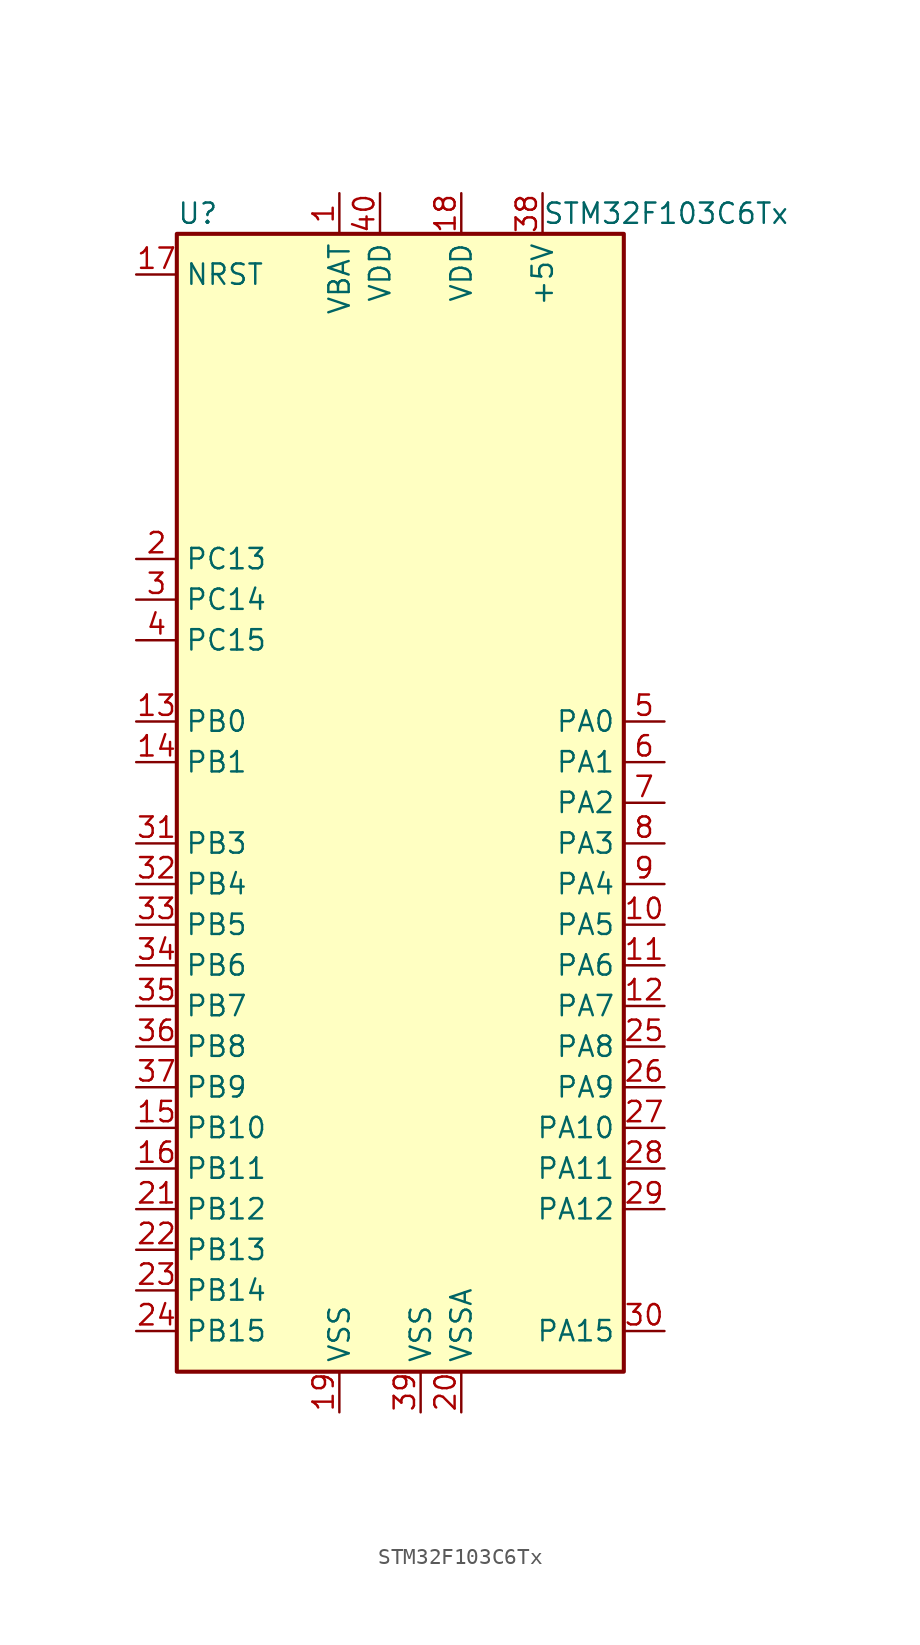
<source format=kicad_sym>
(kicad_symbol_lib
  (version 20211014)
  (generator kicad_symbol_editor)
  (symbol "STM32F103C6Tx"
    (property "Reference" "U"
      (at -15.24 36.83 0)
      (effects (font (size 1.27 1.27)) (justify left)))
    (property "Value" "STM32F103C6Tx"
      (at 7.62 36.83 0)
      (effects (font (size 1.27 1.27)) (justify left)))
    (symbol "STM32F103C6Tx_0_0"
      (pin power_in line (at 7.62 38.1 270) (length 2.54) (name "+5V" (effects (font (size 1.27 1.27)))) (number "38" (effects (font (size 1.27 1.27))))))
    (symbol "STM32F103C6Tx_0_1"
      (rectangle (start -15.24 -35.56) (end 12.7 35.56) (stroke (width 0.254) (type default) (color 0 0 0 0)) (fill (type background))))
    (symbol "STM32F103C6Tx_1_1"
      (pin power_in line (at -5.08 38.1 270) (length 2.54) (name "VBAT" (effects (font (size 1.27 1.27)))) (number "1" (effects (font (size 1.27 1.27)))))
      (pin bidirectional line (at 15.24 -7.62 180) (length 2.54) (name "PA5" (effects (font (size 1.27 1.27)))) (number "10" (effects (font (size 1.27 1.27)))))
      (pin bidirectional line (at 15.24 -10.16 180) (length 2.54) (name "PA6" (effects (font (size 1.27 1.27)))) (number "11" (effects (font (size 1.27 1.27)))))
      (pin bidirectional line (at 15.24 -12.7 180) (length 2.54) (name "PA7" (effects (font (size 1.27 1.27)))) (number "12" (effects (font (size 1.27 1.27)))))
      (pin bidirectional line (at -17.78 5.08 0) (length 2.54) (name "PB0" (effects (font (size 1.27 1.27)))) (number "13" (effects (font (size 1.27 1.27)))))
      (pin bidirectional line (at -17.78 2.54 0) (length 2.54) (name "PB1" (effects (font (size 1.27 1.27)))) (number "14" (effects (font (size 1.27 1.27)))))
      (pin bidirectional line (at -17.78 -20.32 0) (length 2.54) (name "PB10" (effects (font (size 1.27 1.27)))) (number "15" (effects (font (size 1.27 1.27)))))
      (pin bidirectional line (at -17.78 -22.86 0) (length 2.54) (name "PB11" (effects (font (size 1.27 1.27)))) (number "16" (effects (font (size 1.27 1.27)))))
      (pin input line (at -17.78 33.02 0) (length 2.54) (name "NRST" (effects (font (size 1.27 1.27)))) (number "17" (effects (font (size 1.27 1.27)))))
      (pin power_in line (at 2.54 38.1 270) (length 2.54) (name "VDD" (effects (font (size 1.27 1.27)))) (number "18" (effects (font (size 1.27 1.27)))))
      (pin power_in line (at -5.08 -38.1 90) (length 2.54) (name "VSS" (effects (font (size 1.27 1.27)))) (number "19" (effects (font (size 1.27 1.27)))))
      (pin bidirectional line (at -17.78 15.24 0) (length 2.54) (name "PC13" (effects (font (size 1.27 1.27)))) (number "2" (effects (font (size 1.27 1.27)))))
      (pin power_in line (at 2.54 -38.1 90) (length 2.54) (name "VSSA" (effects (font (size 1.27 1.27)))) (number "20" (effects (font (size 1.27 1.27)))))
      (pin bidirectional line (at -17.78 -25.4 0) (length 2.54) (name "PB12" (effects (font (size 1.27 1.27)))) (number "21" (effects (font (size 1.27 1.27)))))
      (pin bidirectional line (at -17.78 -27.94 0) (length 2.54) (name "PB13" (effects (font (size 1.27 1.27)))) (number "22" (effects (font (size 1.27 1.27)))))
      (pin bidirectional line (at -17.78 -30.48 0) (length 2.54) (name "PB14" (effects (font (size 1.27 1.27)))) (number "23" (effects (font (size 1.27 1.27)))))
      (pin bidirectional line (at -17.78 -33.02 0) (length 2.54) (name "PB15" (effects (font (size 1.27 1.27)))) (number "24" (effects (font (size 1.27 1.27)))))
      (pin bidirectional line (at 15.24 -15.24 180) (length 2.54) (name "PA8" (effects (font (size 1.27 1.27)))) (number "25" (effects (font (size 1.27 1.27)))))
      (pin bidirectional line (at 15.24 -17.78 180) (length 2.54) (name "PA9" (effects (font (size 1.27 1.27)))) (number "26" (effects (font (size 1.27 1.27)))))
      (pin bidirectional line (at 15.24 -20.32 180) (length 2.54) (name "PA10" (effects (font (size 1.27 1.27)))) (number "27" (effects (font (size 1.27 1.27)))))
      (pin bidirectional line (at 15.24 -22.86 180) (length 2.54) (name "PA11" (effects (font (size 1.27 1.27)))) (number "28" (effects (font (size 1.27 1.27)))))
      (pin bidirectional line (at 15.24 -25.4 180) (length 2.54) (name "PA12" (effects (font (size 1.27 1.27)))) (number "29" (effects (font (size 1.27 1.27)))))
      (pin bidirectional line (at -17.78 12.7 0) (length 2.54) (name "PC14" (effects (font (size 1.27 1.27)))) (number "3" (effects (font (size 1.27 1.27)))))
      (pin bidirectional line (at 15.24 -33.02 180) (length 2.54) (name "PA15" (effects (font (size 1.27 1.27)))) (number "30" (effects (font (size 1.27 1.27)))))
      (pin bidirectional line (at -17.78 -2.54 0) (length 2.54) (name "PB3" (effects (font (size 1.27 1.27)))) (number "31" (effects (font (size 1.27 1.27)))))
      (pin bidirectional line (at -17.78 -5.08 0) (length 2.54) (name "PB4" (effects (font (size 1.27 1.27)))) (number "32" (effects (font (size 1.27 1.27)))))
      (pin bidirectional line (at -17.78 -7.62 0) (length 2.54) (name "PB5" (effects (font (size 1.27 1.27)))) (number "33" (effects (font (size 1.27 1.27)))))
      (pin bidirectional line (at -17.78 -10.16 0) (length 2.54) (name "PB6" (effects (font (size 1.27 1.27)))) (number "34" (effects (font (size 1.27 1.27)))))
      (pin bidirectional line (at -17.78 -12.7 0) (length 2.54) (name "PB7" (effects (font (size 1.27 1.27)))) (number "35" (effects (font (size 1.27 1.27)))))
      (pin bidirectional line (at -17.78 -15.24 0) (length 2.54) (name "PB8" (effects (font (size 1.27 1.27)))) (number "36" (effects (font (size 1.27 1.27)))))
      (pin bidirectional line (at -17.78 -17.78 0) (length 2.54) (name "PB9" (effects (font (size 1.27 1.27)))) (number "37" (effects (font (size 1.27 1.27)))))
      (pin power_in line (at 0 -38.1 90) (length 2.54) (name "VSS" (effects (font (size 1.27 1.27)))) (number "39" (effects (font (size 1.27 1.27)))))
      (pin bidirectional line (at -17.78 10.16 0) (length 2.54) (name "PC15" (effects (font (size 1.27 1.27)))) (number "4" (effects (font (size 1.27 1.27)))))
      (pin power_in line (at -2.54 38.1 270) (length 2.54) (name "VDD" (effects (font (size 1.27 1.27)))) (number "40" (effects (font (size 1.27 1.27)))))
      (pin bidirectional line (at 15.24 5.08 180) (length 2.54) (name "PA0" (effects (font (size 1.27 1.27)))) (number "5" (effects (font (size 1.27 1.27)))))
      (pin bidirectional line (at 15.24 2.54 180) (length 2.54) (name "PA1" (effects (font (size 1.27 1.27)))) (number "6" (effects (font (size 1.27 1.27)))))
      (pin bidirectional line (at 15.24 0 180) (length 2.54) (name "PA2" (effects (font (size 1.27 1.27)))) (number "7" (effects (font (size 1.27 1.27)))))
      (pin bidirectional line (at 15.24 -2.54 180) (length 2.54) (name "PA3" (effects (font (size 1.27 1.27)))) (number "8" (effects (font (size 1.27 1.27)))))
      (pin bidirectional line (at 15.24 -5.08 180) (length 2.54) (name "PA4" (effects (font (size 1.27 1.27)))) (number "9" (effects (font (size 1.27 1.27))))))))
</source>
